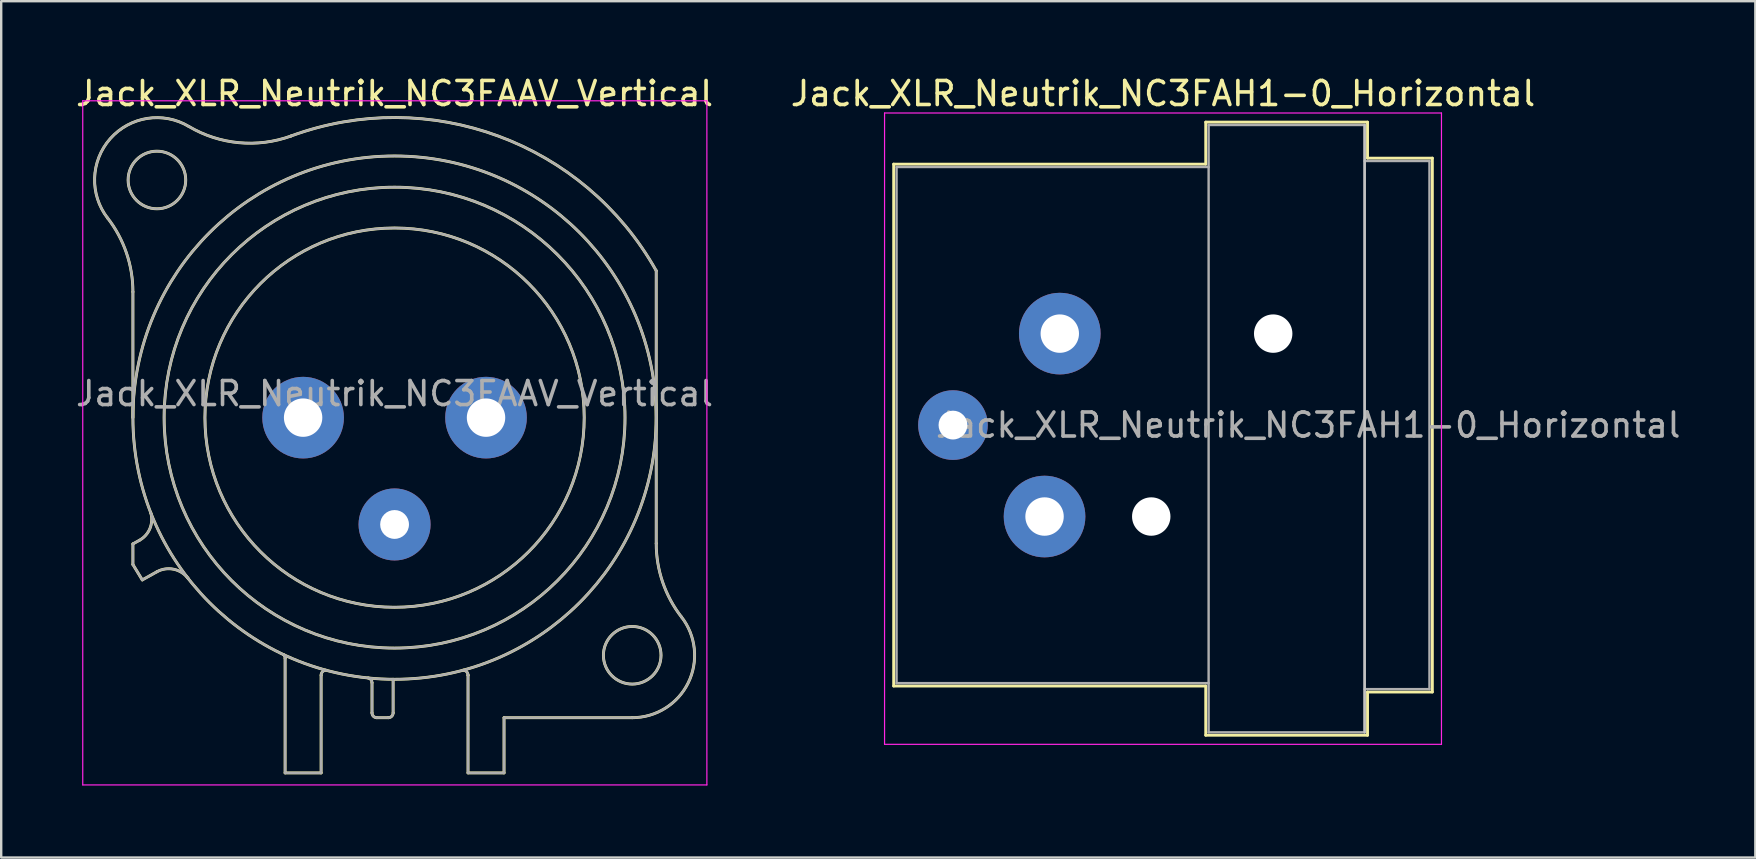
<source format=kicad_pcb>
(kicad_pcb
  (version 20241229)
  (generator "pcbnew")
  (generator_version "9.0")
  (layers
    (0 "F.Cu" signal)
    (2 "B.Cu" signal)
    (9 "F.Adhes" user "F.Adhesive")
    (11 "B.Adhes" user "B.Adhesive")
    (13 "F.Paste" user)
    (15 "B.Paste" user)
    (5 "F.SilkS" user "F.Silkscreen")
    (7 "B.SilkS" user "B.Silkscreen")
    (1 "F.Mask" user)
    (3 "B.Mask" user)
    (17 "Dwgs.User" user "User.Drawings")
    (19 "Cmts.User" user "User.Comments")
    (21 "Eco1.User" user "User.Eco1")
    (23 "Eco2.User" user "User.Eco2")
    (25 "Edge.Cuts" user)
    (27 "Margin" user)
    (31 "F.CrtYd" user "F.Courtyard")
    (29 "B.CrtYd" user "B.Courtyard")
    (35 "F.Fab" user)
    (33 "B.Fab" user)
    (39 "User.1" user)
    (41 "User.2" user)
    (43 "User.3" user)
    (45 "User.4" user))
  (footprint "Jack_XLR_Neutrik_NC3FAH1-0_Horizontal"
    (layer "F.Cu")
    (at 41.099 10.848)
    (property "Reference" "Jack_XLR_Neutrik_NC3FAH1-0_Horizontal" (at 4.3 -10 0) (layer "F.SilkS") (effects (font (size 1 1) (thickness 0.15))))
    (attr through_hole)
    (fp_line (start -6.92 -7.06) (end -6.92 14.68) (stroke (width 0.12) (type solid)) (layer "F.SilkS"))
    (fp_line (start 6.08 -7.06) (end -6.92 -7.06) (stroke (width 0.12) (type solid)) (layer "F.SilkS"))
    (fp_line (start 6.08 -7.06) (end 6.08 -8.81) (stroke (width 0.12) (type solid)) (layer "F.SilkS"))
    (fp_line (start 6.08 14.68) (end -6.92 14.68) (stroke (width 0.12) (type solid)) (layer "F.SilkS"))
    (fp_line (start 6.08 16.73) (end 6.08 14.68) (stroke (width 0.12) (type solid)) (layer "F.SilkS"))
    (fp_line (start 12.82 -8.81) (end 6.08 -8.81) (stroke (width 0.12) (type solid)) (layer "F.SilkS"))
    (fp_line (start 12.82 -8.81) (end 12.82 -7.31) (stroke (width 0.12) (type solid)) (layer "F.SilkS"))
    (fp_line (start 12.82 -7.31) (end 15.52 -7.31) (stroke (width 0.12) (type solid)) (layer "F.SilkS"))
    (fp_line (start 12.82 14.93) (end 12.82 16.73) (stroke (width 0.12) (type solid)) (layer "F.SilkS"))
    (fp_line (start 12.82 14.93) (end 15.52 14.93) (stroke (width 0.12) (type solid)) (layer "F.SilkS"))
    (fp_line (start 12.82 16.73) (end 6.08 16.73) (stroke (width 0.12) (type solid)) (layer "F.SilkS"))
    (fp_line (start 15.52 -7.31) (end 15.52 14.93) (stroke (width 0.12) (type solid)) (layer "F.SilkS"))
    (fp_line (start 12.7 -8.69) (end 12.7 16.61) (stroke (width 0.1) (type solid)) (layer "Dwgs.User"))
    (fp_line (start -7.3 -9.19) (end -7.3 17.11) (stroke (width 0.05) (type solid)) (layer "F.CrtYd"))
    (fp_line (start 15.9 -9.19) (end -7.3 -9.19) (stroke (width 0.05) (type solid)) (layer "F.CrtYd"))
    (fp_line (start 15.9 -9.19) (end 15.9 17.11) (stroke (width 0.05) (type solid)) (layer "F.CrtYd"))
    (fp_line (start 15.9 17.11) (end -7.3 17.11) (stroke (width 0.05) (type solid)) (layer "F.CrtYd"))
    (fp_line (start -6.8 -6.94) (end -6.8 14.56) (stroke (width 0.1) (type solid)) (layer "F.Fab"))
    (fp_line (start -6.8 14.56) (end 6.2 14.56) (stroke (width 0.1) (type solid)) (layer "F.Fab"))
    (fp_line (start 6.2 -8.69) (end 12.7 -8.69) (stroke (width 0.1) (type solid)) (layer "F.Fab"))
    (fp_line (start 6.2 -6.94) (end -6.8 -6.94) (stroke (width 0.1) (type solid)) (layer "F.Fab"))
    (fp_line (start 6.2 16.61) (end 6.2 -8.69) (stroke (width 0.1) (type solid)) (layer "F.Fab"))
    (fp_line (start 12.7 -8.69) (end 12.7 16.61) (stroke (width 0.1) (type solid)) (layer "F.Fab"))
    (fp_line (start 12.7 -7.19) (end 15.4 -7.19) (stroke (width 0.1) (type solid)) (layer "F.Fab"))
    (fp_line (start 12.7 16.61) (end 6.2 16.61) (stroke (width 0.1) (type solid)) (layer "F.Fab"))
    (fp_line (start 15.4 -7.19) (end 15.4 14.81) (stroke (width 0.1) (type solid)) (layer "F.Fab"))
    (fp_line (start 15.4 14.81) (end 12.7 14.81) (stroke (width 0.1) (type solid)) (layer "F.Fab"))
    (fp_text user "${REFERENCE}" (at 10.35 3.81 0) (layer "F.Fab") (effects (font (size 1 1) (thickness 0.15))))
    (pad "" np_thru_hole circle (at 3.81 7.62) (size 1.6 1.6) (drill 1.6) (layers "*.Cu" "*.Mask"))
    (pad "" np_thru_hole circle (at 8.89 0) (size 1.6 1.6) (drill 1.6) (layers "*.Cu" "*.Mask"))
    (pad "1" thru_hole circle (at 0 0) (size 3.4 3.4) (drill 1.6) (layers "*.Cu" "*.Mask"))
    (pad "2" thru_hole circle (at -0.635 7.62) (size 3.4 3.4) (drill 1.6) (layers "*.Cu" "*.Mask"))
    (pad "3" thru_hole circle (at -4.45 3.81) (size 2.9 2.9) (drill 1.2) (layers "*.Cu" "*.Mask")))
  (footprint "Jack_XLR_Neutrik_NC3FAAV_Vertical"
    (layer "F.Cu")
    (at 17.197 14.348)
    (property "Reference" "Jack_XLR_Neutrik_NC3FAAV_Vertical" (at -3.81 -13.5 0) (layer "F.SilkS") (effects (font (size 1 1) (thickness 0.15))))
    (attr through_hole)
    (fp_line (start -14.71 0) (end -14.71 -5.24) (stroke (width 0.12) (type solid)) (layer "F.SilkS"))
    (fp_line (start -14.71 5.26) (end -14.44 5.11) (stroke (width 0.12) (type solid)) (layer "F.SilkS"))
    (fp_line (start -14.71 6.12) (end -14.71 5.26) (stroke (width 0.12) (type solid)) (layer "F.SilkS"))
    (fp_line (start -14.32 6.76) (end -14.71 6.12) (stroke (width 0.12) (type solid)) (layer "F.SilkS"))
    (fp_line (start -13.71 6.42) (end -14.32 6.76) (stroke (width 0.12) (type solid)) (layer "F.SilkS"))
    (fp_line (start -8.37 10.03) (end -8.37 14.8) (stroke (width 0.12) (type solid)) (layer "F.SilkS"))
    (fp_line (start -6.87 14.8) (end -8.37 14.8) (stroke (width 0.12) (type solid)) (layer "F.SilkS"))
    (fp_line (start -6.87 14.8) (end -6.87 10.73) (stroke (width 0.12) (type solid)) (layer "F.SilkS"))
    (fp_line (start -4.75 11.04) (end -4.75 12.3) (stroke (width 0.12) (type solid)) (layer "F.SilkS"))
    (fp_line (start -4.07 12.5) (end -4.55 12.5) (stroke (width 0.12) (type solid)) (layer "F.SilkS"))
    (fp_line (start -3.87 10.9) (end -3.87 12.3) (stroke (width 0.12) (type solid)) (layer "F.SilkS"))
    (fp_line (start -0.75 10.73) (end -0.75 10.73) (stroke (width 0.12) (type solid)) (layer "F.SilkS"))
    (fp_line (start -0.75 14.8) (end -0.75 10.73) (stroke (width 0.12) (type solid)) (layer "F.SilkS"))
    (fp_line (start 0.75 12.5) (end 6.09 12.5) (stroke (width 0.12) (type solid)) (layer "F.SilkS"))
    (fp_line (start 0.75 14.8) (end -0.75 14.8) (stroke (width 0.12) (type solid)) (layer "F.SilkS"))
    (fp_line (start 0.75 14.8) (end 0.75 12.5) (stroke (width 0.12) (type solid)) (layer "F.SilkS"))
    (fp_line (start 7.09 5.24) (end 7.09 -6.12) (stroke (width 0.12) (type solid)) (layer "F.SilkS"))
    (fp_arc (start -15.766689 -8.317569) (mid -14.98153 -6.866962) (end -14.71 -5.24) (stroke (width 0.12) (type solid)) (layer "F.SilkS"))
    (fp_arc (start -15.761979 -8.309032) (mid -15.65429 -11.620911) (end -12.38 -12.13) (stroke (width 0.12) (type solid)) (layer "F.SilkS"))
    (fp_arc (start -13.969214 3.951372) (mid -13.999461 4.614043) (end -14.44 5.11) (stroke (width 0.12) (type solid)) (layer "F.SilkS"))
    (fp_arc (start -13.71 6.42) (mid -13.01025 6.315915) (end -12.412202 6.693832) (stroke (width 0.12) (type solid)) (layer "F.SilkS"))
    (fp_arc (start -8.436364 9.870864) (mid -8.385177 9.942924) (end -8.37 10.03) (stroke (width 0.12) (type solid)) (layer "F.SilkS"))
    (fp_arc (start -8.12905 -11.730738) (mid 0.51404 -11.7289) (end 7.09 -6.12) (stroke (width 0.12) (type solid)) (layer "F.SilkS"))
    (fp_arc (start -8.118081 -11.733841) (mid -10.293498 -11.453642) (end -12.38 -12.13) (stroke (width 0.12) (type solid)) (layer "F.SilkS"))
    (fp_arc (start -6.87 10.73) (mid -6.814828 10.588126) (end -6.678303 10.520799) (stroke (width 0.12) (type solid)) (layer "F.SilkS"))
    (fp_arc (start -4.908418 10.84437) (mid -4.794571 10.914136) (end -4.75 11.04) (stroke (width 0.12) (type solid)) (layer "F.SilkS"))
    (fp_arc (start -4.55 12.5) (mid -4.691421 12.441421) (end -4.75 12.3) (stroke (width 0.12) (type solid)) (layer "F.SilkS"))
    (fp_arc (start -3.87 12.3) (mid -3.928579 12.441421) (end -4.07 12.5) (stroke (width 0.12) (type solid)) (layer "F.SilkS"))
    (fp_arc (start -0.949009 10.520288) (mid -0.807671 10.585446) (end -0.75 10.73) (stroke (width 0.12) (type solid)) (layer "F.SilkS"))
    (fp_arc (start 8.141619 8.302858) (mid 8.42587 11.041804) (end 6.09 12.5) (stroke (width 0.12) (type solid)) (layer "F.SilkS"))
    (fp_arc (start 8.14247 8.305283) (mid 7.360446 6.860467) (end 7.09 5.24) (stroke (width 0.12) (type solid)) (layer "F.SilkS"))
    (fp_circle (center -13.71 -9.9) (end -12.51 -9.9) (stroke (width 0.12) (type solid)) (fill no) (layer "F.SilkS"))
    (fp_circle (center -3.81 0) (end 4.09 0) (stroke (width 0.12) (type solid)) (fill no) (layer "F.SilkS"))
    (fp_circle (center -3.81 0) (end 5.79 0) (stroke (width 0.12) (type solid)) (fill no) (layer "F.SilkS"))
    (fp_circle (center -3.81 0) (end 7.09 0) (stroke (width 0.12) (type solid)) (fill no) (layer "F.SilkS"))
    (fp_circle (center 6.09 9.9) (end 7.29 9.9) (stroke (width 0.12) (type solid)) (fill no) (layer "F.SilkS"))
    (fp_line (start -16.8 -13.2) (end 9.2 -13.2) (stroke (width 0.05) (type solid)) (layer "F.CrtYd"))
    (fp_line (start -16.8 15.3) (end -16.8 -13.2) (stroke (width 0.05) (type solid)) (layer "F.CrtYd"))
    (fp_line (start 9.2 -13.2) (end 9.2 15.3) (stroke (width 0.05) (type solid)) (layer "F.CrtYd"))
    (fp_line (start 9.2 15.3) (end -16.8 15.3) (stroke (width 0.05) (type solid)) (layer "F.CrtYd"))
    (fp_line (start -14.71 0) (end -14.71 -5.24) (stroke (width 0.1) (type solid)) (layer "F.Fab"))
    (fp_line (start -14.71 5.26) (end -14.44 5.11) (stroke (width 0.1) (type solid)) (layer "F.Fab"))
    (fp_line (start -14.71 6.12) (end -14.71 5.26) (stroke (width 0.1) (type solid)) (layer "F.Fab"))
    (fp_line (start -14.32 6.76) (end -14.71 6.12) (stroke (width 0.1) (type solid)) (layer "F.Fab"))
    (fp_line (start -13.71 6.42) (end -14.32 6.76) (stroke (width 0.1) (type solid)) (layer "F.Fab"))
    (fp_line (start -8.37 10.03) (end -8.37 14.8) (stroke (width 0.1) (type solid)) (layer "F.Fab"))
    (fp_line (start -6.87 14.8) (end -8.37 14.8) (stroke (width 0.1) (type solid)) (layer "F.Fab"))
    (fp_line (start -6.87 14.8) (end -6.87 10.73) (stroke (width 0.1) (type solid)) (layer "F.Fab"))
    (fp_line (start -4.75 11.04) (end -4.75 12.3) (stroke (width 0.1) (type solid)) (layer "F.Fab"))
    (fp_line (start -4.07 12.5) (end -4.55 12.5) (stroke (width 0.1) (type solid)) (layer "F.Fab"))
    (fp_line (start -3.87 10.9) (end -3.87 12.3) (stroke (width 0.1) (type solid)) (layer "F.Fab"))
    (fp_line (start -0.75 10.73) (end -0.75 10.73) (stroke (width 0.1) (type solid)) (layer "F.Fab"))
    (fp_line (start -0.75 14.8) (end -0.75 10.73) (stroke (width 0.1) (type solid)) (layer "F.Fab"))
    (fp_line (start 0.75 12.5) (end 6.09 12.5) (stroke (width 0.1) (type solid)) (layer "F.Fab"))
    (fp_line (start 0.75 14.8) (end -0.75 14.8) (stroke (width 0.1) (type solid)) (layer "F.Fab"))
    (fp_line (start 0.75 14.8) (end 0.75 12.5) (stroke (width 0.1) (type solid)) (layer "F.Fab"))
    (fp_line (start 7.09 5.24) (end 7.09 -6.12) (stroke (width 0.1) (type solid)) (layer "F.Fab"))
    (fp_arc (start -15.766689 -8.317569) (mid -14.98153 -6.866962) (end -14.71 -5.24) (stroke (width 0.1) (type solid)) (layer "F.Fab"))
    (fp_arc (start -15.761979 -8.309032) (mid -15.65429 -11.620911) (end -12.38 -12.13) (stroke (width 0.1) (type solid)) (layer "F.Fab"))
    (fp_arc (start -13.969214 3.951372) (mid -13.999461 4.614043) (end -14.44 5.11) (stroke (width 0.1) (type solid)) (layer "F.Fab"))
    (fp_arc (start -13.71 6.42) (mid -13.01025 6.315915) (end -12.412202 6.693832) (stroke (width 0.1) (type solid)) (layer "F.Fab"))
    (fp_arc (start -8.436364 9.870864) (mid -8.385177 9.942924) (end -8.37 10.03) (stroke (width 0.1) (type solid)) (layer "F.Fab"))
    (fp_arc (start -8.12905 -11.730738) (mid 0.51404 -11.7289) (end 7.09 -6.12) (stroke (width 0.1) (type solid)) (layer "F.Fab"))
    (fp_arc (start -8.118081 -11.733841) (mid -10.293498 -11.453642) (end -12.38 -12.13) (stroke (width 0.1) (type solid)) (layer "F.Fab"))
    (fp_arc (start -6.87 10.73) (mid -6.814828 10.588126) (end -6.678303 10.520799) (stroke (width 0.1) (type solid)) (layer "F.Fab"))
    (fp_arc (start -4.908418 10.84437) (mid -4.794571 10.914136) (end -4.75 11.04) (stroke (width 0.1) (type solid)) (layer "F.Fab"))
    (fp_arc (start -4.55 12.5) (mid -4.691421 12.441421) (end -4.75 12.3) (stroke (width 0.1) (type solid)) (layer "F.Fab"))
    (fp_arc (start -3.87 12.3) (mid -3.928579 12.441421) (end -4.07 12.5) (stroke (width 0.1) (type solid)) (layer "F.Fab"))
    (fp_arc (start -0.949009 10.520288) (mid -0.807671 10.585446) (end -0.75 10.73) (stroke (width 0.1) (type solid)) (layer "F.Fab"))
    (fp_arc (start 8.141619 8.302858) (mid 8.42587 11.041804) (end 6.09 12.5) (stroke (width 0.1) (type solid)) (layer "F.Fab"))
    (fp_arc (start 8.14247 8.305283) (mid 7.360446 6.860467) (end 7.09 5.24) (stroke (width 0.1) (type solid)) (layer "F.Fab"))
    (fp_circle (center -13.71 -9.9) (end -12.51 -9.9) (stroke (width 0.1) (type solid)) (fill no) (layer "F.Fab"))
    (fp_circle (center -3.81 0) (end 4.09 0) (stroke (width 0.1) (type solid)) (fill no) (layer "F.Fab"))
    (fp_circle (center -3.81 0) (end 5.79 0) (stroke (width 0.1) (type solid)) (fill no) (layer "F.Fab"))
    (fp_circle (center -3.81 0) (end 7.09 0) (stroke (width 0.1) (type solid)) (fill no) (layer "F.Fab"))
    (fp_circle (center 6.09 9.9) (end 7.29 9.9) (stroke (width 0.1) (type solid)) (fill no) (layer "F.Fab"))
    (fp_text user "${REFERENCE}" (at -3.81 -1 0) (layer "F.Fab") (effects (font (size 1 1) (thickness 0.15))))
    (pad "1" thru_hole circle (at 0 0) (size 3.4 3.4) (drill 1.6) (layers "*.Cu" "*.Mask"))
    (pad "2" thru_hole circle (at -7.62 0) (size 3.4 3.4) (drill 1.6) (layers "*.Cu" "*.Mask"))
    (pad "3" thru_hole circle (at -3.81 4.45) (size 3 3) (drill 1.2) (layers "*.Cu" "*.Mask")))
  (gr_rect
    (start -3 -3)
    (end 70.074 32.673)
    (stroke (width 0.1) (type default))
    (fill no)
    (layer "Edge.Cuts")))
</source>
